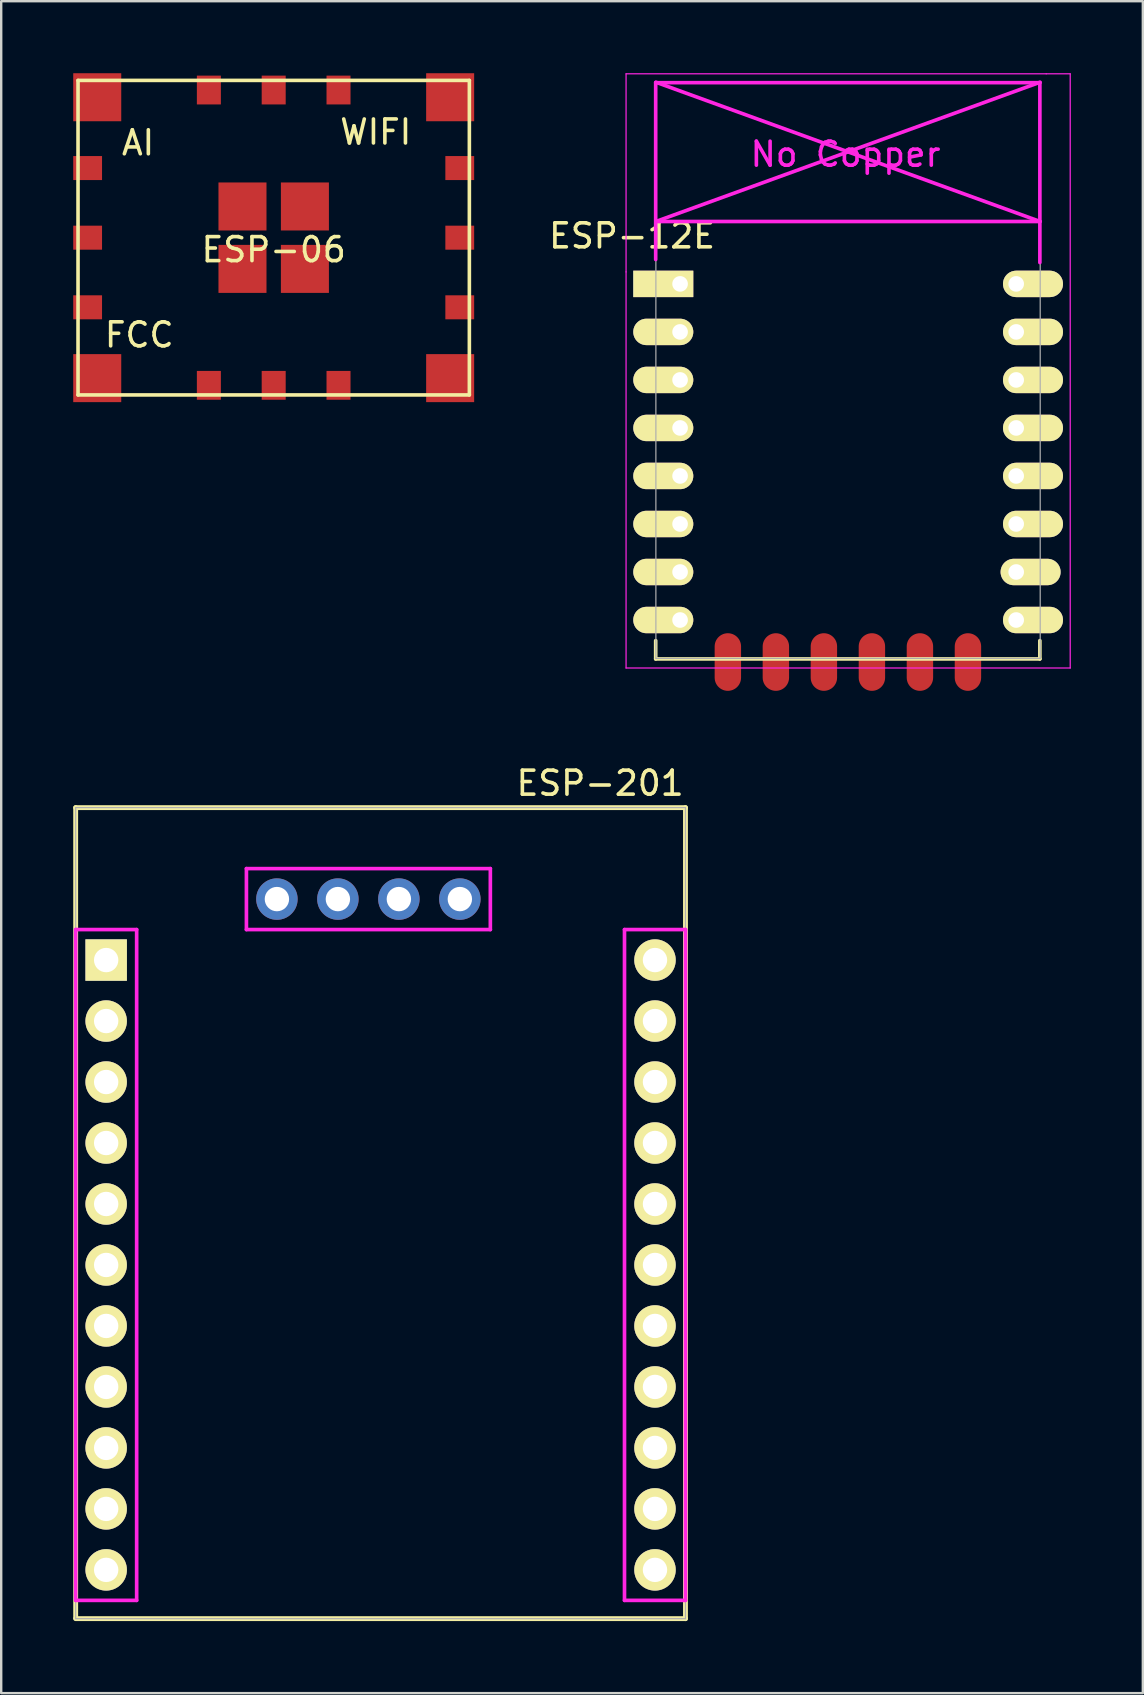
<source format=kicad_pcb>
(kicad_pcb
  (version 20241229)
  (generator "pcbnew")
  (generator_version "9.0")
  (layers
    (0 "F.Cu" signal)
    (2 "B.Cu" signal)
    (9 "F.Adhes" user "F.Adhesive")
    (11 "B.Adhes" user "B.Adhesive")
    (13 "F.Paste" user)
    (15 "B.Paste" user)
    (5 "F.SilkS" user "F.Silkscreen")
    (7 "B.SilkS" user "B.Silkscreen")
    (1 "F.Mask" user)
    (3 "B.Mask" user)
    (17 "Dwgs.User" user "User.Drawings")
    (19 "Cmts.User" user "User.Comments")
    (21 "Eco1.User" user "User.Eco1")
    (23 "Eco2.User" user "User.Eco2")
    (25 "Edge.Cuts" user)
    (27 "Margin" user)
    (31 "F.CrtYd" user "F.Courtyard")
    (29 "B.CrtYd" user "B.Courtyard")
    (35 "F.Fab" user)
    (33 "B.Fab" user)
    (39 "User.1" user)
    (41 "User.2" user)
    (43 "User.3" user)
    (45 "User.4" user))
  (footprint "ESP-12E"
    (layer "F.Cu")
    (at 25.277 8.775)
    (property "Reference" "ESP-12E" (at -2 -2 0) (layer "F.SilkS") (effects (font (size 1 1) (thickness 0.15))))
    (fp_line (start -1.016 14.859) (end -1.016 15.621) (stroke (width 0.152) (type solid)) (layer "F.SilkS"))
    (fp_line (start -1.016 15.621) (end 14.986 15.621) (stroke (width 0.152) (type solid)) (layer "F.SilkS"))
    (fp_line (start 14.986 15.621) (end 14.986 14.859) (stroke (width 0.152) (type solid)) (layer "F.SilkS"))
    (fp_line (start -2.25 -8.75) (end 15.25 -8.75) (stroke (width 0.05) (type solid)) (layer "F.CrtYd"))
    (fp_line (start -2.25 -0.5) (end -2.25 -8.75) (stroke (width 0.05) (type solid)) (layer "F.CrtYd"))
    (fp_line (start -2.25 16) (end -2.25 -0.5) (stroke (width 0.05) (type solid)) (layer "F.CrtYd"))
    (fp_line (start -1.016 -8.382) (end -1.016 -1.016) (stroke (width 0.152) (type solid)) (layer "F.CrtYd"))
    (fp_line (start -1.016 -8.382) (end 14.986 -8.382) (stroke (width 0.152) (type solid)) (layer "F.CrtYd"))
    (fp_line (start -1.008 -8.4) (end 14.992 -2.6) (stroke (width 0.152) (type solid)) (layer "F.CrtYd"))
    (fp_line (start -1.008 -2.6) (end 14.992 -2.6) (stroke (width 0.152) (type solid)) (layer "F.CrtYd"))
    (fp_line (start 14.986 -8.382) (end 14.986 -0.889) (stroke (width 0.152) (type solid)) (layer "F.CrtYd"))
    (fp_line (start 14.992 -8.4) (end -1.008 -2.6) (stroke (width 0.152) (type solid)) (layer "F.CrtYd"))
    (fp_line (start 15.25 -8.75) (end 16.25 -8.75) (stroke (width 0.05) (type solid)) (layer "F.CrtYd"))
    (fp_line (start 16.25 -8.75) (end 16.25 16) (stroke (width 0.05) (type solid)) (layer "F.CrtYd"))
    (fp_line (start 16.25 16) (end -2.25 16) (stroke (width 0.05) (type solid)) (layer "F.CrtYd"))
    (fp_line (start -1.008 -8.4) (end 14.992 -8.4) (stroke (width 0.05) (type solid)) (layer "F.Fab"))
    (fp_line (start -1.008 15.6) (end -1.008 -8.4) (stroke (width 0.05) (type solid)) (layer "F.Fab"))
    (fp_line (start 14.992 15.6) (end -1.008 15.6) (stroke (width 0.05) (type solid)) (layer "F.Fab"))
    (fp_line (start 15 -8.4) (end 15 15.6) (stroke (width 0.05) (type solid)) (layer "F.Fab"))
    (fp_text user "No Copper" (at 6.892 -5.4 0) (layer "F.CrtYd") (effects (font (size 1 1) (thickness 0.15))))
    (pad "1" thru_hole rect (at 0 0) (size 2.5 1.1) (drill 0.65 (offset -0.7 0)) (layers "*.Cu" "*.Mask" "F.SilkS"))
    (pad "2" thru_hole oval (at 0 2) (size 2.5 1.1) (drill 0.65 (offset -0.7 0)) (layers "*.Cu" "*.Mask" "F.SilkS"))
    (pad "3" thru_hole oval (at 0 4) (size 2.5 1.1) (drill 0.65 (offset -0.7 0)) (layers "*.Cu" "*.Mask" "F.SilkS"))
    (pad "4" thru_hole oval (at 0 6) (size 2.5 1.1) (drill 0.65 (offset -0.7 0)) (layers "*.Cu" "*.Mask" "F.SilkS"))
    (pad "5" thru_hole oval (at 0 8) (size 2.5 1.1) (drill 0.65 (offset -0.7 0)) (layers "*.Cu" "*.Mask" "F.SilkS"))
    (pad "6" thru_hole oval (at 0 10) (size 2.5 1.1) (drill 0.65 (offset -0.7 0)) (layers "*.Cu" "*.Mask" "F.SilkS"))
    (pad "7" thru_hole oval (at 0 12) (size 2.5 1.1) (drill 0.65 (offset -0.7 0)) (layers "*.Cu" "*.Mask" "F.SilkS"))
    (pad "8" thru_hole oval (at 0 14) (size 2.5 1.1) (drill 0.65 (offset -0.7 0)) (layers "*.Cu" "*.Mask" "F.SilkS"))
    (pad "9" thru_hole oval (at 14 14) (size 2.5 1.1) (drill 0.65 (offset 0.7 0)) (layers "*.Cu" "*.Mask" "F.SilkS"))
    (pad "10" thru_hole oval (at 14 12) (size 2.5 1.1) (drill 0.65 (offset 0.6 0)) (layers "*.Cu" "*.Mask" "F.SilkS"))
    (pad "11" thru_hole oval (at 14 10) (size 2.5 1.1) (drill 0.65 (offset 0.7 0)) (layers "*.Cu" "*.Mask" "F.SilkS"))
    (pad "12" thru_hole oval (at 14 8) (size 2.5 1.1) (drill 0.65 (offset 0.7 0)) (layers "*.Cu" "*.Mask" "F.SilkS"))
    (pad "13" thru_hole oval (at 14 6) (size 2.5 1.1) (drill 0.65 (offset 0.7 0)) (layers "*.Cu" "*.Mask" "F.SilkS"))
    (pad "14" thru_hole oval (at 14 4) (size 2.5 1.1) (drill 0.65 (offset 0.7 0)) (layers "*.Cu" "*.Mask" "F.SilkS"))
    (pad "15" thru_hole oval (at 14 2) (size 2.5 1.1) (drill 0.65 (offset 0.7 0)) (layers "*.Cu" "*.Mask" "F.SilkS"))
    (pad "16" thru_hole oval (at 14 0) (size 2.5 1.1) (drill 0.65 (offset 0.7 0)) (layers "*.Cu" "*.Mask" "F.SilkS"))
    (pad "17" smd oval (at 1.99 15.75 90) (size 2.4 1.1) (layers "F.Cu" "F.Mask" "F.Paste"))
    (pad "18" smd oval (at 3.99 15.75 90) (size 2.4 1.1) (layers "F.Cu" "F.Mask" "F.Paste"))
    (pad "19" smd oval (at 5.99 15.75 90) (size 2.4 1.1) (layers "F.Cu" "F.Mask" "F.Paste"))
    (pad "20" smd oval (at 7.99 15.75 90) (size 2.4 1.1) (layers "F.Cu" "F.Mask" "F.Paste"))
    (pad "21" smd oval (at 9.99 15.75 90) (size 2.4 1.1) (layers "F.Cu" "F.Mask" "F.Paste"))
    (pad "22" smd oval (at 11.99 15.75 90) (size 2.4 1.1) (layers "F.Cu" "F.Mask" "F.Paste")))
  (footprint "ESP-06"
    (layer "F.Cu")
    (at 8.35 6.85)
    (property "Reference" "ESP-06" (at 0 0.5 0) (layer "F.SilkS") (effects (font (size 1 1) (thickness 0.15))))
    (attr through_hole)
    (fp_line (start -8.15 -6.55) (end -8.15 6.55) (stroke (width 0.15) (type solid)) (layer "F.SilkS"))
    (fp_line (start -8.15 6.55) (end 8.15 6.55) (stroke (width 0.15) (type solid)) (layer "F.SilkS"))
    (fp_line (start 8.15 -6.55) (end -8.15 -6.55) (stroke (width 0.15) (type solid)) (layer "F.SilkS"))
    (fp_line (start 8.15 6.55) (end 8.15 -6.55) (stroke (width 0.15) (type solid)) (layer "F.SilkS"))
    (fp_text user "FCC" (at -5.6 4.05 0) (layer "F.SilkS") (effects (font (size 1 1) (thickness 0.15))))
    (fp_text user "WIFI" (at 4.25 -4.4 0) (layer "F.SilkS") (effects (font (size 1 1) (thickness 0.15))))
    (fp_text user "AI" (at -5.65 -3.95 0) (layer "F.SilkS") (effects (font (size 1 1) (thickness 0.15))))
    (pad "3.3" smd rect (at -7.75 0) (size 1.2 1) (layers "F.Cu" "F.Mask" "F.Paste"))
    (pad "ANT" smd rect (at -7.75 -2.9) (size 1.2 1) (layers "F.Cu" "F.Mask" "F.Paste"))
    (pad "CHPD" smd rect (at -7.75 2.9) (size 1.2 1) (layers "F.Cu" "F.Mask" "F.Paste"))
    (pad "GND" smd rect (at -7.35 -5.85) (size 2 2) (layers "F.Cu" "F.Mask" "F.Paste"))
    (pad "GND" smd rect (at -1.3 -1.3) (size 2 2) (layers "F.Cu" "F.Mask" "F.Paste"))
    (pad "GND" smd rect (at -1.3 1.3) (size 2 2) (layers "F.Cu" "F.Mask" "F.Paste"))
    (pad "GND" smd rect (at 1.3 -1.3) (size 2 2) (layers "F.Cu" "F.Mask" "F.Paste"))
    (pad "GND" smd rect (at 1.3 1.3) (size 2 2) (layers "F.Cu" "F.Mask" "F.Paste"))
    (pad "GP0" smd rect (at 7.75 -2.9) (size 1.2 1) (layers "F.Cu" "F.Mask" "F.Paste"))
    (pad "GP2" smd rect (at 7.75 0) (size 1.2 1) (layers "F.Cu" "F.Mask" "F.Paste"))
    (pad "GP4" smd rect (at 7.75 2.9) (size 1.2 1) (layers "F.Cu" "F.Mask" "F.Paste"))
    (pad "GP5" smd rect (at 7.35 -5.85) (size 2 2) (layers "F.Cu" "F.Mask" "F.Paste"))
    (pad "GP12" smd rect (at 0 6.15) (size 1 1.2) (layers "F.Cu" "F.Mask" "F.Paste"))
    (pad "GP13" smd rect (at 2.7 6.15) (size 1 1.2) (layers "F.Cu" "F.Mask" "F.Paste"))
    (pad "GP14" smd rect (at -2.7 6.15) (size 1 1.2) (layers "F.Cu" "F.Mask" "F.Paste"))
    (pad "GP15" smd rect (at 7.35 5.85) (size 2 2) (layers "F.Cu" "F.Mask" "F.Paste"))
    (pad "GP16" smd rect (at -7.35 5.85) (size 2 2) (layers "F.Cu" "F.Mask" "F.Paste"))
    (pad "RST" smd rect (at -2.7 -6.15) (size 1 1.2) (layers "F.Cu" "F.Mask" "F.Paste"))
    (pad "RX" smd rect (at 2.7 -6.15) (size 1 1.2) (layers "F.Cu" "F.Mask" "F.Paste"))
    (pad "TX" smd rect (at 0 -6.15) (size 1 1.2) (layers "F.Cu" "F.Mask" "F.Paste")))
  (footprint "ESP-201"
    (layer "F.Cu")
    (at 1.372 36.939)
    (property "Reference" "ESP-201" (at 20.574 -7.366 0) (layer "F.SilkS") (effects (font (size 1 1) (thickness 0.15))))
    (attr through_hole)
    (fp_line (start -1.27 -6.35) (end -1.27 27.407) (stroke (width 0.203) (type solid)) (layer "F.SilkS"))
    (fp_line (start -1.27 27.432) (end 24.13 27.432) (stroke (width 0.203) (type solid)) (layer "F.SilkS"))
    (fp_line (start 24.13 -6.35) (end -1.27 -6.35) (stroke (width 0.203) (type solid)) (layer "F.SilkS"))
    (fp_line (start 24.13 27.432) (end 24.13 -6.35) (stroke (width 0.203) (type solid)) (layer "F.SilkS"))
    (fp_line (start -1.27 -1.27) (end -1.27 26.67) (stroke (width 0.152) (type solid)) (layer "F.CrtYd"))
    (fp_line (start -1.27 26.67) (end 1.27 26.67) (stroke (width 0.152) (type solid)) (layer "F.CrtYd"))
    (fp_line (start 1.27 -1.27) (end -1.27 -1.27) (stroke (width 0.152) (type solid)) (layer "F.CrtYd"))
    (fp_line (start 1.27 26.67) (end 1.27 -1.27) (stroke (width 0.152) (type solid)) (layer "F.CrtYd"))
    (fp_line (start 5.842 -3.81) (end 16.002 -3.81) (stroke (width 0.152) (type solid)) (layer "F.CrtYd"))
    (fp_line (start 5.842 -1.27) (end 5.842 -3.81) (stroke (width 0.152) (type solid)) (layer "F.CrtYd"))
    (fp_line (start 16.002 -3.81) (end 16.002 -1.27) (stroke (width 0.152) (type solid)) (layer "F.CrtYd"))
    (fp_line (start 16.002 -1.27) (end 5.842 -1.27) (stroke (width 0.152) (type solid)) (layer "F.CrtYd"))
    (fp_line (start 21.59 -1.27) (end 24.13 -1.27) (stroke (width 0.152) (type solid)) (layer "F.CrtYd"))
    (fp_line (start 21.59 26.67) (end 21.59 -1.27) (stroke (width 0.152) (type solid)) (layer "F.CrtYd"))
    (fp_line (start 24.13 -1.27) (end 24.13 26.67) (stroke (width 0.152) (type solid)) (layer "F.CrtYd"))
    (fp_line (start 24.13 26.67) (end 21.59 26.67) (stroke (width 0.152) (type solid)) (layer "F.CrtYd"))
    (fp_line (start -1.27 -6.35) (end 24.13 -6.35) (stroke (width 0.05) (type solid)) (layer "F.Fab"))
    (fp_line (start -1.27 27.432) (end -1.27 -6.35) (stroke (width 0.05) (type solid)) (layer "F.Fab"))
    (fp_line (start 24.13 -6.35) (end 24.13 27.432) (stroke (width 0.05) (type solid)) (layer "F.Fab"))
    (fp_line (start 24.13 27.432) (end -1.27 27.432) (stroke (width 0.05) (type solid)) (layer "F.Fab"))
    (pad "1" thru_hole rect (at 0 0 90) (size 1.727 1.727) (drill 1.016) (layers "*.Cu" "*.Mask" "F.SilkS"))
    (pad "2" thru_hole circle (at 0 2.54 90) (size 1.727 1.727) (drill 1.016) (layers "*.Cu" "*.Mask" "F.SilkS"))
    (pad "3" thru_hole circle (at 0 5.08 90) (size 1.727 1.727) (drill 1.016) (layers "*.Cu" "*.Mask" "F.SilkS"))
    (pad "4" thru_hole circle (at 0 7.62 90) (size 1.727 1.727) (drill 1.016) (layers "*.Cu" "*.Mask" "F.SilkS"))
    (pad "5" thru_hole circle (at 0 10.16 90) (size 1.727 1.727) (drill 1.016) (layers "*.Cu" "*.Mask" "F.SilkS"))
    (pad "6" thru_hole circle (at 0 12.7 90) (size 1.727 1.727) (drill 1.016) (layers "*.Cu" "*.Mask" "F.SilkS"))
    (pad "7" thru_hole circle (at 0 15.24 90) (size 1.727 1.727) (drill 1.016) (layers "*.Cu" "*.Mask" "F.SilkS"))
    (pad "8" thru_hole circle (at 0 17.78 90) (size 1.727 1.727) (drill 1.016) (layers "*.Cu" "*.Mask" "F.SilkS"))
    (pad "9" thru_hole circle (at 0 20.32 90) (size 1.727 1.727) (drill 1.016) (layers "*.Cu" "*.Mask" "F.SilkS"))
    (pad "10" thru_hole circle (at 0 22.86 90) (size 1.727 1.727) (drill 1.016) (layers "*.Cu" "*.Mask" "F.SilkS"))
    (pad "11" thru_hole circle (at 0 25.4 90) (size 1.727 1.727) (drill 1.016) (layers "*.Cu" "*.Mask" "F.SilkS"))
    (pad "12" thru_hole circle (at 22.86 25.4 90) (size 1.727 1.727) (drill 1.016) (layers "*.Cu" "*.Mask" "F.SilkS"))
    (pad "13" thru_hole circle (at 22.86 22.86 90) (size 1.727 1.727) (drill 1.016) (layers "*.Cu" "*.Mask" "F.SilkS"))
    (pad "14" thru_hole circle (at 22.86 20.32 90) (size 1.727 1.727) (drill 1.016) (layers "*.Cu" "*.Mask" "F.SilkS"))
    (pad "15" thru_hole circle (at 22.86 17.78 90) (size 1.727 1.727) (drill 1.016) (layers "*.Cu" "*.Mask" "F.SilkS"))
    (pad "16" thru_hole circle (at 22.86 15.24 90) (size 1.727 1.727) (drill 1.016) (layers "*.Cu" "*.Mask" "F.SilkS"))
    (pad "17" thru_hole circle (at 22.86 12.7 90) (size 1.727 1.727) (drill 1.016) (layers "*.Cu" "*.Mask" "F.SilkS"))
    (pad "18" thru_hole circle (at 22.86 10.16 90) (size 1.727 1.727) (drill 1.016) (layers "*.Cu" "*.Mask" "F.SilkS"))
    (pad "19" thru_hole circle (at 22.86 7.62 90) (size 1.727 1.727) (drill 1.016) (layers "*.Cu" "*.Mask" "F.SilkS"))
    (pad "20" thru_hole circle (at 22.86 5.08 90) (size 1.727 1.727) (drill 1.016) (layers "*.Cu" "*.Mask" "F.SilkS"))
    (pad "21" thru_hole circle (at 22.86 2.54 90) (size 1.727 1.727) (drill 1.016) (layers "*.Cu" "*.Mask" "F.SilkS"))
    (pad "22" thru_hole circle (at 22.86 0 90) (size 1.727 1.727) (drill 1.016) (layers "*.Cu" "*.Mask" "F.SilkS"))
    (pad "23" thru_hole circle (at 14.732 -2.54 90) (size 1.727 1.727) (drill 1.016) (layers "*.Cu" "*.Mask"))
    (pad "24" thru_hole circle (at 12.192 -2.54 90) (size 1.727 1.727) (drill 1.016) (layers "*.Cu" "*.Mask"))
    (pad "25" thru_hole circle (at 9.652 -2.54 90) (size 1.727 1.727) (drill 1.016) (layers "*.Cu" "*.Mask"))
    (pad "26" thru_hole circle (at 7.112 -2.54 90) (size 1.727 1.727) (drill 1.016) (layers "*.Cu" "*.Mask")))
  (gr_rect
    (start -3 -3)
    (end 44.552 67.473)
    (stroke (width 0.1) (type default))
    (fill no)
    (layer "Edge.Cuts")))
</source>
